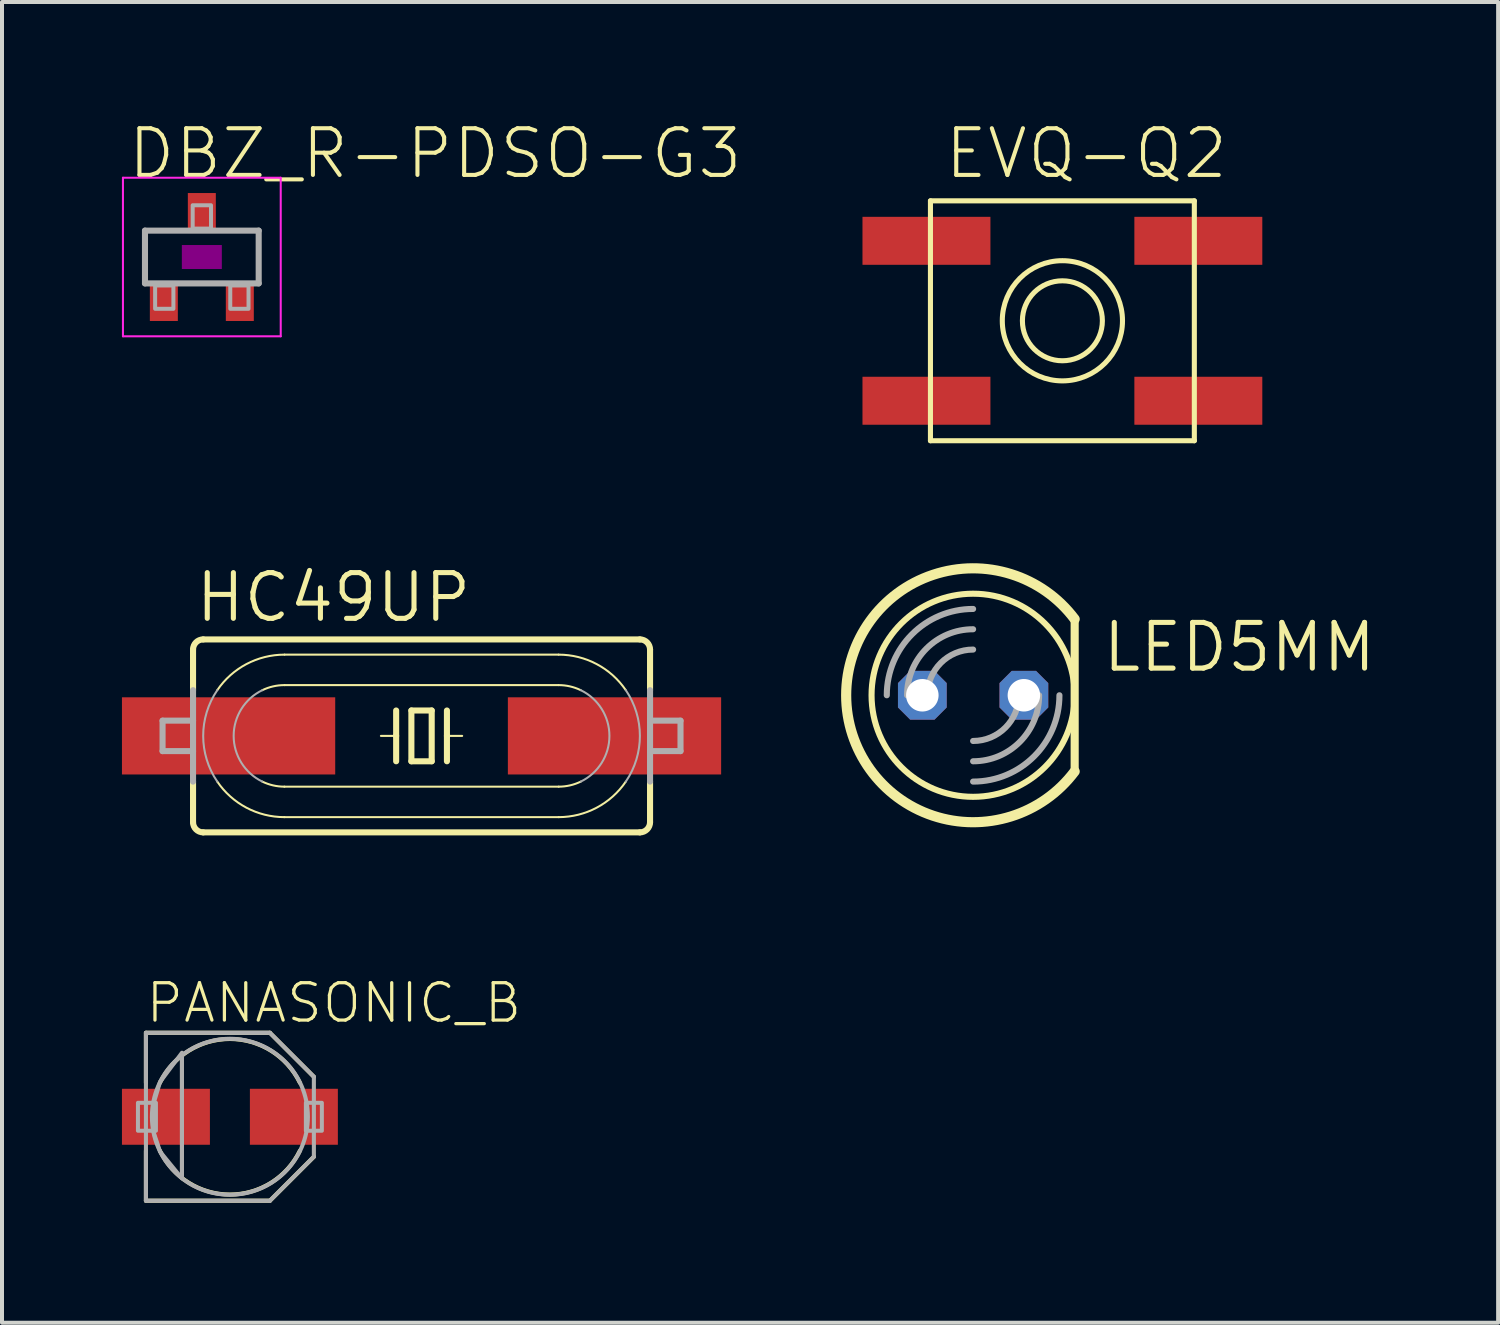
<source format=kicad_pcb>
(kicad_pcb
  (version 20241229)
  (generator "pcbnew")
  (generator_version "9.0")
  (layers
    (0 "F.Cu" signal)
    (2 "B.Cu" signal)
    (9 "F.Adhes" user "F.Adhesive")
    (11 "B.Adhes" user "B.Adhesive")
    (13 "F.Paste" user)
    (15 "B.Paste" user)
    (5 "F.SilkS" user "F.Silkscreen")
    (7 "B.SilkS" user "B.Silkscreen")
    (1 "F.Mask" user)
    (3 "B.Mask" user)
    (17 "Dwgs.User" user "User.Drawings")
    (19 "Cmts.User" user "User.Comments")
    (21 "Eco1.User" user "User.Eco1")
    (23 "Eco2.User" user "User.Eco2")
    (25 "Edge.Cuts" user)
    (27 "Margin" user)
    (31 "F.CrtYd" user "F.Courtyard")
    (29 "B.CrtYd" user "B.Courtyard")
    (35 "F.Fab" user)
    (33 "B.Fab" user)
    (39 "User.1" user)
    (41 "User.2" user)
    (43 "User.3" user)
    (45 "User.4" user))
  (footprint "LED5MM"
    (layer "F.Cu")
    (at 21.288 14.339)
    (property "Reference" "LED5MM" (at 3.175 -0.533 0) (layer "F.SilkS") (effects (font (size 1.143 1.143) (thickness 0.127)) (justify left bottom)))
    (fp_line (start 2.54 1.905) (end 2.54 -1.905) (stroke (width 0.203) (type solid)) (layer "F.SilkS"))
    (fp_arc (start 2.54 1.905) (mid -3.175 0) (end 2.54 -1.905) (stroke (width 0.254) (type solid)) (layer "F.SilkS"))
    (fp_circle (center 0 0) (end 2.54 0) (stroke (width 0.152) (type solid)) (fill no) (layer "F.SilkS"))
    (fp_arc (start -2.159 0) (mid -1.526644 -1.526644) (end 0 -2.159) (stroke (width 0.1524) (type solid)) (layer "F.Fab"))
    (fp_arc (start -1.651 0) (mid -1.167433 -1.167433) (end 0 -1.651) (stroke (width 0.1524) (type solid)) (layer "F.Fab"))
    (fp_arc (start -1.143 0) (mid -0.808223 -0.808223) (end 0 -1.143) (stroke (width 0.1524) (type solid)) (layer "F.Fab"))
    (fp_arc (start 1.143 0) (mid 0.808223 0.808223) (end 0 1.143) (stroke (width 0.1524) (type solid)) (layer "F.Fab"))
    (fp_arc (start 1.651 0) (mid 1.167433 1.167433) (end 0 1.651) (stroke (width 0.1524) (type solid)) (layer "F.Fab"))
    (fp_arc (start 2.159 0) (mid 1.526644 1.526644) (end 0 2.159) (stroke (width 0.1524) (type solid)) (layer "F.Fab"))
    (pad "A" thru_hole roundrect (at -1.27 0) (size 1.219 1.219) (drill 0.813) (layers "*.Cu" "*.Mask") (roundrect_rratio 0.25) (chamfer_ratio 0.25) (chamfer top_left top_right bottom_left bottom_right))
    (pad "K" thru_hole roundrect (at 1.27 0) (size 1.219 1.219) (drill 0.813) (layers "*.Cu" "*.Mask") (roundrect_rratio 0.25) (chamfer_ratio 0.25) (chamfer top_left top_right bottom_left bottom_right)))
  (footprint "PANASONIC_B"
    (layer "F.Cu")
    (at 2.7 24.881)
    (property "Reference" "PANASONIC_B" (at -2.15 -2.3 0) (layer "F.SilkS") (effects (font (size 0.935 0.935) (thickness 0.081)) (justify left bottom)))
    (fp_line (start -2.1 -2.1) (end 1 -2.1) (stroke (width 0.102) (type solid)) (layer "F.SilkS"))
    (fp_line (start -2.1 -0.85) (end -2.1 -2.1) (stroke (width 0.102) (type solid)) (layer "F.SilkS"))
    (fp_line (start -2.1 2.1) (end -2.1 0.85) (stroke (width 0.102) (type solid)) (layer "F.SilkS"))
    (fp_line (start 1 -2.1) (end 2.1 -1) (stroke (width 0.102) (type solid)) (layer "F.SilkS"))
    (fp_line (start 1 2.1) (end -2.1 2.1) (stroke (width 0.102) (type solid)) (layer "F.SilkS"))
    (fp_line (start 2.1 1) (end 1 2.1) (stroke (width 0.102) (type solid)) (layer "F.SilkS"))
    (fp_arc (start -1.75 -0.85) (mid 0 -1.945508) (end 1.75 -0.85) (stroke (width 0.1016) (type solid)) (layer "F.SilkS"))
    (fp_arc (start 1.75 0.85) (mid 0 1.945508) (end -1.75 0.85) (stroke (width 0.1016) (type solid)) (layer "F.SilkS"))
    (fp_line (start -2.1 -2.1) (end 1 -2.1) (stroke (width 0.102) (type solid)) (layer "F.Fab"))
    (fp_line (start -2.1 2.1) (end -2.1 -2.1) (stroke (width 0.102) (type solid)) (layer "F.Fab"))
    (fp_line (start -1.2 -1.5) (end -1.2 1.5) (stroke (width 0.102) (type solid)) (layer "F.Fab"))
    (fp_line (start 1 -2.1) (end 2.1 -1) (stroke (width 0.102) (type solid)) (layer "F.Fab"))
    (fp_line (start 1 2.1) (end -2.1 2.1) (stroke (width 0.102) (type solid)) (layer "F.Fab"))
    (fp_line (start 2.1 -1) (end 2.1 1) (stroke (width 0.102) (type solid)) (layer "F.Fab"))
    (fp_line (start 2.1 1) (end 1 2.1) (stroke (width 0.102) (type solid)) (layer "F.Fab"))
    (fp_circle (center 0 0) (end 1.95 0) (stroke (width 0.102) (type solid)) (fill no) (layer "F.Fab"))
    (fp_poly (pts (xy -2.3 0.35) (xy -1.85 0.35) (xy -1.85 -0.35) (xy -2.3 -0.35)) (stroke (width 0.1) (type solid)) (fill no) (layer "F.Fab"))
    (fp_poly (pts (xy 1.9 0.35) (xy 2.3 0.35) (xy 2.3 -0.35) (xy 1.9 -0.35)) (stroke (width 0.1) (type solid)) (fill no) (layer "F.Fab"))
    (fp_poly (pts (xy -1.199 1.542) (xy -1.745 0.875) (xy -1.901 0.408) (xy -1.901 -0.357) (xy -1.746 -0.873) (xy -1.199 -1.602)) (stroke (width 0.1) (type solid)) (fill no) (layer "F.Fab"))
    (pad "+" smd rect (at 1.6 0) (size 2.2 1.4) (layers "F.Cu" "F.Mask" "F.Paste"))
    (pad "-" smd rect (at -1.6 0) (size 2.2 1.4) (layers "F.Cu" "F.Mask" "F.Paste")))
  (footprint "EVQ-Q2"
    (layer "F.Cu")
    (at 23.521 4.973)
    (property "Reference" "EVQ-Q2" (at -3 -3.5 0) (layer "F.SilkS") (effects (font (size 1.168 1.168) (thickness 0.102)) (justify left bottom)))
    (fp_line (start -3.3 -3) (end 3.3 -3) (stroke (width 0.127) (type solid)) (layer "F.SilkS"))
    (fp_line (start -3.3 3) (end -3.3 -3) (stroke (width 0.127) (type solid)) (layer "F.SilkS"))
    (fp_line (start 3.3 -3) (end 3.3 3) (stroke (width 0.127) (type solid)) (layer "F.SilkS"))
    (fp_line (start 3.3 3) (end -3.3 3) (stroke (width 0.127) (type solid)) (layer "F.SilkS"))
    (fp_circle (center 0 0) (end 1 0) (stroke (width 0.127) (type solid)) (fill no) (layer "F.SilkS"))
    (fp_circle (center 0 0) (end 1.503 0) (stroke (width 0.127) (type solid)) (fill no) (layer "F.SilkS"))
    (pad "A" smd rect (at -3.4 2) (size 3.2 1.2) (layers "F.Cu" "F.Mask" "F.Paste"))
    (pad "A'" smd rect (at 3.4 2) (size 3.2 1.2) (layers "F.Cu" "F.Mask" "F.Paste"))
    (pad "B" smd rect (at -3.4 -2) (size 3.2 1.2) (layers "F.Cu" "F.Mask" "F.Paste"))
    (pad "B'" smd rect (at 3.4 -2) (size 3.2 1.2) (layers "F.Cu" "F.Mask" "F.Paste")))
  (footprint "HC49UP"
    (layer "F.Cu")
    (at 7.493 15.355)
    (property "Reference" "HC49UP" (at -5.715 -2.794 0) (layer "F.SilkS") (effects (font (size 1.143 1.143) (thickness 0.127)) (justify left bottom)))
    (fp_line (start -5.715 -1.143) (end -5.715 -2.159) (stroke (width 0.152) (type solid)) (layer "F.SilkS"))
    (fp_line (start -5.715 2.159) (end -5.715 1.143) (stroke (width 0.152) (type solid)) (layer "F.SilkS"))
    (fp_line (start -3.429 -2.032) (end 3.429 -2.032) (stroke (width 0.051) (type solid)) (layer "F.SilkS"))
    (fp_line (start -3.429 -1.27) (end 3.429 -1.27) (stroke (width 0.051) (type solid)) (layer "F.SilkS"))
    (fp_line (start -0.635 -0.635) (end -0.635 0) (stroke (width 0.152) (type solid)) (layer "F.SilkS"))
    (fp_line (start -0.635 0) (end -1.016 0) (stroke (width 0.051) (type solid)) (layer "F.SilkS"))
    (fp_line (start -0.635 0) (end -0.635 0.635) (stroke (width 0.152) (type solid)) (layer "F.SilkS"))
    (fp_line (start -0.254 -0.635) (end -0.254 0.635) (stroke (width 0.152) (type solid)) (layer "F.SilkS"))
    (fp_line (start -0.254 0.635) (end 0.254 0.635) (stroke (width 0.152) (type solid)) (layer "F.SilkS"))
    (fp_line (start 0.254 -0.635) (end -0.254 -0.635) (stroke (width 0.152) (type solid)) (layer "F.SilkS"))
    (fp_line (start 0.254 0.635) (end 0.254 -0.635) (stroke (width 0.152) (type solid)) (layer "F.SilkS"))
    (fp_line (start 0.635 -0.635) (end 0.635 0) (stroke (width 0.152) (type solid)) (layer "F.SilkS"))
    (fp_line (start 0.635 0) (end 0.635 0.635) (stroke (width 0.152) (type solid)) (layer "F.SilkS"))
    (fp_line (start 0.635 0) (end 1.016 0) (stroke (width 0.051) (type solid)) (layer "F.SilkS"))
    (fp_line (start 3.429 1.27) (end -3.429 1.27) (stroke (width 0.051) (type solid)) (layer "F.SilkS"))
    (fp_line (start 3.429 2.032) (end -3.429 2.032) (stroke (width 0.051) (type solid)) (layer "F.SilkS"))
    (fp_line (start 5.461 -2.413) (end -5.461 -2.413) (stroke (width 0.152) (type solid)) (layer "F.SilkS"))
    (fp_line (start 5.461 2.413) (end -5.461 2.413) (stroke (width 0.152) (type solid)) (layer "F.SilkS"))
    (fp_line (start 5.715 -1.143) (end 5.715 -2.159) (stroke (width 0.152) (type solid)) (layer "F.SilkS"))
    (fp_line (start 5.715 2.159) (end 5.715 1.143) (stroke (width 0.152) (type solid)) (layer "F.SilkS"))
    (fp_arc (start -5.715 -2.159) (mid -5.640605 -2.338605) (end -5.461 -2.413) (stroke (width 0.1524) (type solid)) (layer "F.SilkS"))
    (fp_arc (start -5.461 2.413) (mid -5.640605 2.338605) (end -5.715 2.159) (stroke (width 0.1524) (type solid)) (layer "F.SilkS"))
    (fp_arc (start -5.1091 -1.143) (mid -4.379417 -1.796107) (end -3.429 -2.032101) (stroke (width 0.0508) (type solid)) (layer "F.SilkS"))
    (fp_arc (start -3.9826 -1.143) (mid -3.712991 -1.237845) (end -3.429 -1.27) (stroke (width 0.0508) (type solid)) (layer "F.SilkS"))
    (fp_arc (start -3.429 1.27) (mid -3.712991 1.237845) (end -3.9826 1.143) (stroke (width 0.0508) (type solid)) (layer "F.SilkS"))
    (fp_arc (start -3.429 2.032001) (mid -4.379408 1.796063) (end -5.1091 1.143) (stroke (width 0.0508) (type solid)) (layer "F.SilkS"))
    (fp_arc (start 3.429 -2.032) (mid 4.379408 -1.796062) (end 5.1091 -1.142999) (stroke (width 0.0508) (type solid)) (layer "F.SilkS"))
    (fp_arc (start 3.429 -1.27) (mid 3.712991 -1.237845) (end 3.9826 -1.143) (stroke (width 0.0508) (type solid)) (layer "F.SilkS"))
    (fp_arc (start 3.9826 1.143) (mid 3.712991 1.237845) (end 3.429 1.27) (stroke (width 0.0508) (type solid)) (layer "F.SilkS"))
    (fp_arc (start 5.109 1.142899) (mid 4.379368 1.795994) (end 3.429 2.032) (stroke (width 0.0508) (type solid)) (layer "F.SilkS"))
    (fp_arc (start 5.461 -2.413) (mid 5.640605 -2.338605) (end 5.715 -2.159) (stroke (width 0.1524) (type solid)) (layer "F.SilkS"))
    (fp_arc (start 5.715 2.159) (mid 5.640605 2.338605) (end 5.461 2.413) (stroke (width 0.1524) (type solid)) (layer "F.SilkS"))
    (fp_line (start -6.477 0.381) (end -6.477 -0.381) (stroke (width 0.152) (type solid)) (layer "F.Fab"))
    (fp_line (start -5.715 -0.381) (end -6.477 -0.381) (stroke (width 0.152) (type solid)) (layer "F.Fab"))
    (fp_line (start -5.715 -0.381) (end -5.715 -1.143) (stroke (width 0.152) (type solid)) (layer "F.Fab"))
    (fp_line (start -5.715 0.381) (end -6.477 0.381) (stroke (width 0.152) (type solid)) (layer "F.Fab"))
    (fp_line (start -5.715 0.381) (end -5.715 -0.381) (stroke (width 0.152) (type solid)) (layer "F.Fab"))
    (fp_line (start -5.715 1.143) (end -5.715 0.381) (stroke (width 0.152) (type solid)) (layer "F.Fab"))
    (fp_line (start 5.715 -0.381) (end 6.477 -0.381) (stroke (width 0.152) (type solid)) (layer "F.Fab"))
    (fp_line (start 5.715 0.381) (end 6.477 0.381) (stroke (width 0.152) (type solid)) (layer "F.Fab"))
    (fp_line (start 5.715 1.143) (end 5.715 -1.143) (stroke (width 0.152) (type solid)) (layer "F.Fab"))
    (fp_line (start 6.477 0.381) (end 6.477 -0.381) (stroke (width 0.152) (type solid)) (layer "F.Fab"))
    (fp_arc (start -5.1091 1.143) (mid -5.46104 0) (end -5.1091 -1.143) (stroke (width 0.0508) (type solid)) (layer "F.Fab"))
    (fp_arc (start -3.9826 1.143) (mid -4.699009 0) (end -3.9826 -1.143) (stroke (width 0.0508) (type solid)) (layer "F.Fab"))
    (fp_arc (start 3.9826 -1.143) (mid 4.699009 0) (end 3.9826 1.143) (stroke (width 0.0508) (type solid)) (layer "F.Fab"))
    (fp_arc (start 5.1091 -1.143) (mid 5.46104 0) (end 5.1091 1.143) (stroke (width 0.0508) (type solid)) (layer "F.Fab"))
    (pad "1" smd rect (at -4.826 0) (size 5.334 1.93) (layers "F.Cu" "F.Mask" "F.Paste"))
    (pad "2" smd rect (at 4.826 0) (size 5.334 1.93) (layers "F.Cu" "F.Mask" "F.Paste"))
    (zone (net_name "") (layers "F.Cu" "B.Cu") (hatch edge 0.508) (connect_pads) (min_thickness 0.254) (filled_areas_thickness no) (keepout (tracks allowed) (vias not_allowed) (pads allowed) (copperpour allowed) (footprints allowed)) (placement (enabled no)) (fill) (polygon (pts (xy 0.889 18.403) (xy 14.097 18.403) (xy 14.097 12.307) (xy 0.889 12.307)))))
  (footprint "DBZ_R-PDSO-G3"
    (layer "F.Cu")
    (at 1.998 3.378)
    (property "Reference" "DBZ_R-PDSO-G3" (at -1.905 -1.905 0) (layer "F.SilkS") (effects (font (size 1.168 1.168) (thickness 0.102)) (justify left bottom)))
    (fp_poly (pts (xy -0.5 0.3) (xy 0.5 0.3) (xy 0.5 -0.3) (xy -0.5 -0.3)) (stroke (width 0) (type solid)) (fill yes) (layer "F.Adhes"))
    (fp_line (start -1.973 -1.983) (end 1.973 -1.983) (stroke (width 0.051) (type solid)) (layer "F.CrtYd"))
    (fp_line (start -1.973 1.983) (end -1.973 -1.983) (stroke (width 0.051) (type solid)) (layer "F.CrtYd"))
    (fp_line (start 1.973 -1.983) (end 1.973 1.983) (stroke (width 0.051) (type solid)) (layer "F.CrtYd"))
    (fp_line (start 1.973 1.983) (end -1.973 1.983) (stroke (width 0.051) (type solid)) (layer "F.CrtYd"))
    (fp_line (start -1.422 -0.66) (end 1.422 -0.66) (stroke (width 0.152) (type solid)) (layer "F.Fab"))
    (fp_line (start -1.422 0.66) (end -1.422 -0.66) (stroke (width 0.152) (type solid)) (layer "F.Fab"))
    (fp_line (start 1.422 -0.66) (end 1.422 0.66) (stroke (width 0.152) (type solid)) (layer "F.Fab"))
    (fp_line (start 1.422 0.66) (end -1.422 0.66) (stroke (width 0.152) (type solid)) (layer "F.Fab"))
    (fp_poly (pts (xy -1.168 1.295) (xy -0.711 1.295) (xy -0.711 0.711) (xy -1.168 0.711)) (stroke (width 0.1) (type solid)) (fill no) (layer "F.Fab"))
    (fp_poly (pts (xy -0.229 -0.711) (xy 0.229 -0.711) (xy 0.229 -1.295) (xy -0.229 -1.295)) (stroke (width 0.1) (type solid)) (fill no) (layer "F.Fab"))
    (fp_poly (pts (xy 0.711 1.295) (xy 1.168 1.295) (xy 1.168 0.711) (xy 0.711 0.711)) (stroke (width 0.1) (type solid)) (fill no) (layer "F.Fab"))
    (pad "1" smd rect (at -0.95 1.1) (size 0.7 1) (layers "F.Cu" "F.Mask" "F.Paste"))
    (pad "2" smd rect (at 0.95 1.1) (size 0.7 1) (layers "F.Cu" "F.Mask" "F.Paste"))
    (pad "3" smd rect (at 0 -1.1) (size 0.7 1) (layers "F.Cu" "F.Mask" "F.Paste")))
  (gr_rect
    (start -3 -3)
    (end 34.419 30.032)
    (stroke (width 0.1) (type default))
    (fill no)
    (layer "Edge.Cuts")))
</source>
